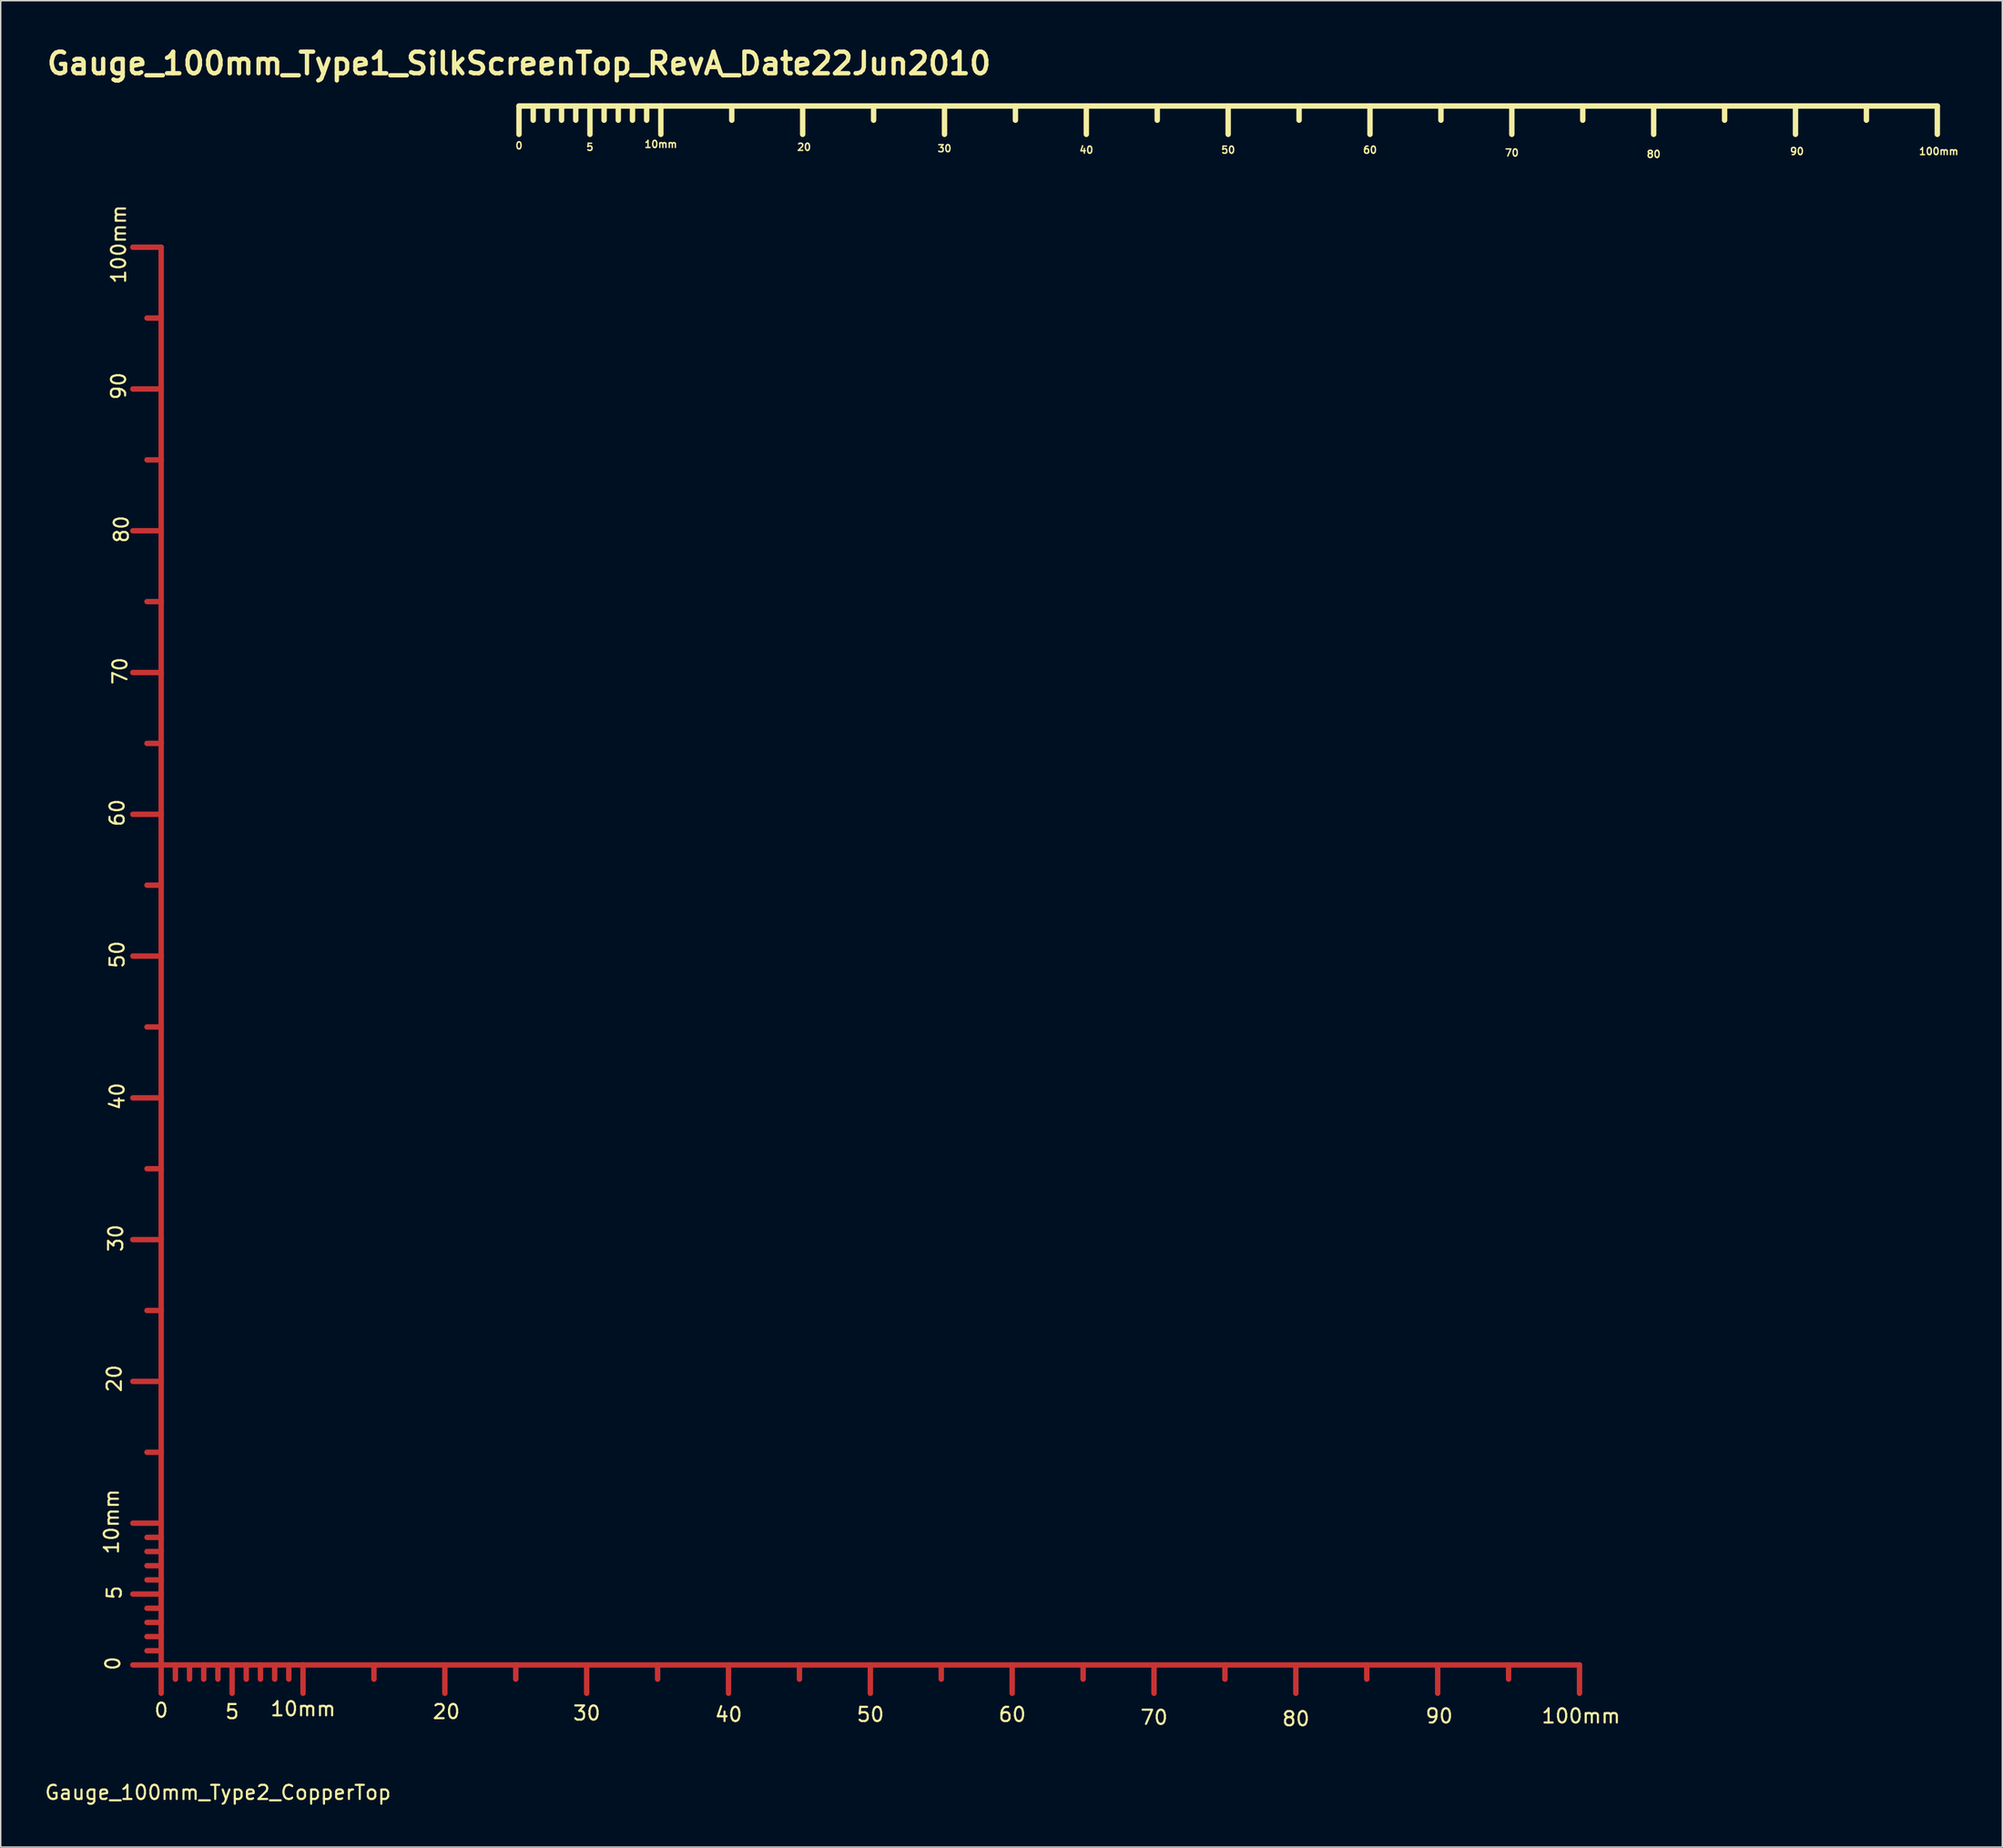
<source format=kicad_pcb>
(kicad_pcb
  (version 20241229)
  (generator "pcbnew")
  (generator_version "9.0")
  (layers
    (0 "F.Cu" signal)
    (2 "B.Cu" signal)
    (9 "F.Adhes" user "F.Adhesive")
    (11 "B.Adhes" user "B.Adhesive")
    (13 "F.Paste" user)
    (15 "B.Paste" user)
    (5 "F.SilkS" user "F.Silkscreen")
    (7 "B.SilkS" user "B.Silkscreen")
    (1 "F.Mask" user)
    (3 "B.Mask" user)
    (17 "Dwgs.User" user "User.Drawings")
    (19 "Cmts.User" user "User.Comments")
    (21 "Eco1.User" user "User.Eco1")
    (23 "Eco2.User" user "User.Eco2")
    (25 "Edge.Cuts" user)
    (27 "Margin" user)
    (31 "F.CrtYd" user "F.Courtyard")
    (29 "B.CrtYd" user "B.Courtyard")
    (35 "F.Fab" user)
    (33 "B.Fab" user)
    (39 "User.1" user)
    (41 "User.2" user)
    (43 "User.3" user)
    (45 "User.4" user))
  (footprint "Gauge_100mm_Type1_SilkScreenTop_RevA_Date22Jun2010"
    (layer "F.Cu")
    (at 33.543 4.426)
    (property "Reference" "Gauge_100mm_Type1_SilkScreenTop_RevA_Date22Jun2010" (at 0 -3 0) (layer "F.SilkS") (effects (font (size 1.524 1.524) (thickness 0.305))))
    (attr through_hole)
    (fp_line (start 0 0) (end 0 1.999) (stroke (width 0.381) (type solid)) (layer "F.SilkS"))
    (fp_line (start 0 0) (end 10 0) (stroke (width 0.381) (type solid)) (layer "F.SilkS"))
    (fp_line (start 1.001 0) (end 1.001 1.001) (stroke (width 0.381) (type solid)) (layer "F.SilkS"))
    (fp_line (start 1.999 0) (end 1.999 1.001) (stroke (width 0.381) (type solid)) (layer "F.SilkS"))
    (fp_line (start 3 0) (end 3 1.001) (stroke (width 0.381) (type solid)) (layer "F.SilkS"))
    (fp_line (start 4 0) (end 4 1.001) (stroke (width 0.381) (type solid)) (layer "F.SilkS"))
    (fp_line (start 5.001 0) (end 5.001 1.999) (stroke (width 0.381) (type solid)) (layer "F.SilkS"))
    (fp_line (start 5.999 0) (end 5.999 1.001) (stroke (width 0.381) (type solid)) (layer "F.SilkS"))
    (fp_line (start 7 0) (end 7 1.001) (stroke (width 0.381) (type solid)) (layer "F.SilkS"))
    (fp_line (start 8.001 0) (end 8.001 1.001) (stroke (width 0.381) (type solid)) (layer "F.SilkS"))
    (fp_line (start 8.999 0) (end 8.999 1.001) (stroke (width 0.381) (type solid)) (layer "F.SilkS"))
    (fp_line (start 10 0) (end 10 1.999) (stroke (width 0.381) (type solid)) (layer "F.SilkS"))
    (fp_line (start 10 0) (end 100 0) (stroke (width 0.381) (type solid)) (layer "F.SilkS"))
    (fp_line (start 15.001 0) (end 15.001 1.001) (stroke (width 0.381) (type solid)) (layer "F.SilkS"))
    (fp_line (start 20 0) (end 20 1.999) (stroke (width 0.381) (type solid)) (layer "F.SilkS"))
    (fp_line (start 25.001 0) (end 25.001 1.001) (stroke (width 0.381) (type solid)) (layer "F.SilkS"))
    (fp_line (start 30 0) (end 30 1.999) (stroke (width 0.381) (type solid)) (layer "F.SilkS"))
    (fp_line (start 35.001 0) (end 35.001 1.001) (stroke (width 0.381) (type solid)) (layer "F.SilkS"))
    (fp_line (start 40 0) (end 40 1.999) (stroke (width 0.381) (type solid)) (layer "F.SilkS"))
    (fp_line (start 45.001 0) (end 45.001 1.001) (stroke (width 0.381) (type solid)) (layer "F.SilkS"))
    (fp_line (start 50 0) (end 50 1.999) (stroke (width 0.381) (type solid)) (layer "F.SilkS"))
    (fp_line (start 55.001 0) (end 55.001 1.001) (stroke (width 0.381) (type solid)) (layer "F.SilkS"))
    (fp_line (start 60 0) (end 60 1.999) (stroke (width 0.381) (type solid)) (layer "F.SilkS"))
    (fp_line (start 65.001 0) (end 65.001 1.001) (stroke (width 0.381) (type solid)) (layer "F.SilkS"))
    (fp_line (start 70 0) (end 70 1.999) (stroke (width 0.381) (type solid)) (layer "F.SilkS"))
    (fp_line (start 75.001 0) (end 75.001 1.001) (stroke (width 0.381) (type solid)) (layer "F.SilkS"))
    (fp_line (start 80 0) (end 80 1.999) (stroke (width 0.381) (type solid)) (layer "F.SilkS"))
    (fp_line (start 85.001 0) (end 85.001 1.001) (stroke (width 0.381) (type solid)) (layer "F.SilkS"))
    (fp_line (start 90 0) (end 90 1.999) (stroke (width 0.381) (type solid)) (layer "F.SilkS"))
    (fp_line (start 95.001 0) (end 95.001 1.001) (stroke (width 0.381) (type solid)) (layer "F.SilkS"))
    (fp_line (start 100 0) (end 100 1.999) (stroke (width 0.381) (type solid)) (layer "F.SilkS"))
    (fp_text user "30" (at 30 3 0) (layer "F.SilkS") (effects (font (size 0.5 0.5) (thickness 0.099))))
    (fp_text user "60" (at 60 3.101 0) (layer "F.SilkS") (effects (font (size 0.5 0.5) (thickness 0.099))))
    (fp_text user "70" (at 70 3.302 0) (layer "F.SilkS") (effects (font (size 0.5 0.5) (thickness 0.099))))
    (fp_text user "5" (at 4.999 2.901 0) (layer "F.SilkS") (effects (font (size 0.5 0.5) (thickness 0.099))))
    (fp_text user "100mm" (at 100.101 3.203 0) (layer "F.SilkS") (effects (font (size 0.5 0.5) (thickness 0.099))))
    (fp_text user "40" (at 40 3.101 0) (layer "F.SilkS") (effects (font (size 0.5 0.5) (thickness 0.099))))
    (fp_text user "20" (at 20.099 2.901 0) (layer "F.SilkS") (effects (font (size 0.5 0.5) (thickness 0.099))))
    (fp_text user "50" (at 50 3.101 0) (layer "F.SilkS") (effects (font (size 0.5 0.5) (thickness 0.099))))
    (fp_text user "10mm" (at 10 2.7 0) (layer "F.SilkS") (effects (font (size 0.5 0.5) (thickness 0.099))))
    (fp_text user "0" (at 0 2.799 0) (layer "F.SilkS") (effects (font (size 0.5 0.5) (thickness 0.099))))
    (fp_text user "90" (at 90.101 3.203 0) (layer "F.SilkS") (effects (font (size 0.5 0.5) (thickness 0.099))))
    (fp_text user "80" (at 80 3.401 0) (layer "F.SilkS") (effects (font (size 0.5 0.5) (thickness 0.099)))))
  (footprint "Gauge_100mm_Type2_CopperTop"
    (layer "F.Cu")
    (at 8.315 114.386)
    (property "Reference" "Gauge_100mm_Type2_CopperTop" (at 4 8.999 0) (layer "F.SilkS") (effects (font (size 1 1) (thickness 0.15))))
    (attr through_hole)
    (fp_line (start 0 -100) (end -1.999 -100) (stroke (width 0.381) (type solid)) (layer "F.Cu"))
    (fp_line (start 0 -95.001) (end -1.001 -95.001) (stroke (width 0.381) (type solid)) (layer "F.Cu"))
    (fp_line (start 0 -90) (end -1.999 -90) (stroke (width 0.381) (type solid)) (layer "F.Cu"))
    (fp_line (start 0 -85.001) (end -1.001 -85.001) (stroke (width 0.381) (type solid)) (layer "F.Cu"))
    (fp_line (start 0 -80) (end -1.999 -80) (stroke (width 0.381) (type solid)) (layer "F.Cu"))
    (fp_line (start 0 -75.001) (end -1.001 -75.001) (stroke (width 0.381) (type solid)) (layer "F.Cu"))
    (fp_line (start 0 -70) (end -1.999 -70) (stroke (width 0.381) (type solid)) (layer "F.Cu"))
    (fp_line (start 0 -65.001) (end -1.001 -65.001) (stroke (width 0.381) (type solid)) (layer "F.Cu"))
    (fp_line (start 0 -60) (end -1.999 -60) (stroke (width 0.381) (type solid)) (layer "F.Cu"))
    (fp_line (start 0 -55.001) (end -1.001 -55.001) (stroke (width 0.381) (type solid)) (layer "F.Cu"))
    (fp_line (start 0 -50) (end -1.999 -50) (stroke (width 0.381) (type solid)) (layer "F.Cu"))
    (fp_line (start 0 -45.001) (end -1.001 -45.001) (stroke (width 0.381) (type solid)) (layer "F.Cu"))
    (fp_line (start 0 -40) (end -1.999 -40) (stroke (width 0.381) (type solid)) (layer "F.Cu"))
    (fp_line (start 0 -35.001) (end -1.001 -35.001) (stroke (width 0.381) (type solid)) (layer "F.Cu"))
    (fp_line (start 0 -30) (end -1.999 -30) (stroke (width 0.381) (type solid)) (layer "F.Cu"))
    (fp_line (start 0 -25.001) (end -1.001 -25.001) (stroke (width 0.381) (type solid)) (layer "F.Cu"))
    (fp_line (start 0 -20) (end -1.999 -20) (stroke (width 0.381) (type solid)) (layer "F.Cu"))
    (fp_line (start 0 -15.001) (end -1.001 -15.001) (stroke (width 0.381) (type solid)) (layer "F.Cu"))
    (fp_line (start 0 -10) (end -1.999 -10) (stroke (width 0.381) (type solid)) (layer "F.Cu"))
    (fp_line (start 0 -8.999) (end -1.001 -8.999) (stroke (width 0.381) (type solid)) (layer "F.Cu"))
    (fp_line (start 0 -8.001) (end -1.001 -8.001) (stroke (width 0.381) (type solid)) (layer "F.Cu"))
    (fp_line (start 0 -7) (end -1.001 -7) (stroke (width 0.381) (type solid)) (layer "F.Cu"))
    (fp_line (start 0 -5.999) (end -1.001 -5.999) (stroke (width 0.381) (type solid)) (layer "F.Cu"))
    (fp_line (start 0 -5.001) (end -1.999 -5.001) (stroke (width 0.381) (type solid)) (layer "F.Cu"))
    (fp_line (start 0 -4) (end -1.001 -4) (stroke (width 0.381) (type solid)) (layer "F.Cu"))
    (fp_line (start 0 -3) (end -1.001 -3) (stroke (width 0.381) (type solid)) (layer "F.Cu"))
    (fp_line (start 0 -1.999) (end -1.001 -1.999) (stroke (width 0.381) (type solid)) (layer "F.Cu"))
    (fp_line (start 0 -1.001) (end -1.001 -1.001) (stroke (width 0.381) (type solid)) (layer "F.Cu"))
    (fp_line (start 0 0) (end -1.999 0) (stroke (width 0.381) (type solid)) (layer "F.Cu"))
    (fp_line (start 0 0) (end 0 -100) (stroke (width 0.381) (type solid)) (layer "F.Cu"))
    (fp_line (start 0 0) (end 0 1.999) (stroke (width 0.381) (type solid)) (layer "F.Cu"))
    (fp_line (start 0 0) (end 10 0) (stroke (width 0.381) (type solid)) (layer "F.Cu"))
    (fp_line (start 1.001 0) (end 1.001 1.001) (stroke (width 0.381) (type solid)) (layer "F.Cu"))
    (fp_line (start 1.999 0) (end 1.999 1.001) (stroke (width 0.381) (type solid)) (layer "F.Cu"))
    (fp_line (start 3 0) (end 3 1.001) (stroke (width 0.381) (type solid)) (layer "F.Cu"))
    (fp_line (start 4 0) (end 4 1.001) (stroke (width 0.381) (type solid)) (layer "F.Cu"))
    (fp_line (start 5.001 0) (end 5.001 1.999) (stroke (width 0.381) (type solid)) (layer "F.Cu"))
    (fp_line (start 5.999 0) (end 5.999 1.001) (stroke (width 0.381) (type solid)) (layer "F.Cu"))
    (fp_line (start 7 0) (end 7 1.001) (stroke (width 0.381) (type solid)) (layer "F.Cu"))
    (fp_line (start 8.001 0) (end 8.001 1.001) (stroke (width 0.381) (type solid)) (layer "F.Cu"))
    (fp_line (start 8.999 0) (end 8.999 1.001) (stroke (width 0.381) (type solid)) (layer "F.Cu"))
    (fp_line (start 10 0) (end 10 1.999) (stroke (width 0.381) (type solid)) (layer "F.Cu"))
    (fp_line (start 10 0) (end 100 0) (stroke (width 0.381) (type solid)) (layer "F.Cu"))
    (fp_line (start 15.001 0) (end 15.001 1.001) (stroke (width 0.381) (type solid)) (layer "F.Cu"))
    (fp_line (start 20 0) (end 20 1.999) (stroke (width 0.381) (type solid)) (layer "F.Cu"))
    (fp_line (start 25.001 0) (end 25.001 1.001) (stroke (width 0.381) (type solid)) (layer "F.Cu"))
    (fp_line (start 30 0) (end 30 1.999) (stroke (width 0.381) (type solid)) (layer "F.Cu"))
    (fp_line (start 35.001 0) (end 35.001 1.001) (stroke (width 0.381) (type solid)) (layer "F.Cu"))
    (fp_line (start 40 0) (end 40 1.999) (stroke (width 0.381) (type solid)) (layer "F.Cu"))
    (fp_line (start 45.001 0) (end 45.001 1.001) (stroke (width 0.381) (type solid)) (layer "F.Cu"))
    (fp_line (start 50 0) (end 50 1.999) (stroke (width 0.381) (type solid)) (layer "F.Cu"))
    (fp_line (start 55.001 0) (end 55.001 1.001) (stroke (width 0.381) (type solid)) (layer "F.Cu"))
    (fp_line (start 60 0) (end 60 1.999) (stroke (width 0.381) (type solid)) (layer "F.Cu"))
    (fp_line (start 65.001 0) (end 65.001 1.001) (stroke (width 0.381) (type solid)) (layer "F.Cu"))
    (fp_line (start 70 0) (end 70 1.999) (stroke (width 0.381) (type solid)) (layer "F.Cu"))
    (fp_line (start 75.001 0) (end 75.001 1.001) (stroke (width 0.381) (type solid)) (layer "F.Cu"))
    (fp_line (start 80 0) (end 80 1.999) (stroke (width 0.381) (type solid)) (layer "F.Cu"))
    (fp_line (start 85.001 0) (end 85.001 1.001) (stroke (width 0.381) (type solid)) (layer "F.Cu"))
    (fp_line (start 90 0) (end 90 1.999) (stroke (width 0.381) (type solid)) (layer "F.Cu"))
    (fp_line (start 95.001 0) (end 95.001 1.001) (stroke (width 0.381) (type solid)) (layer "F.Cu"))
    (fp_line (start 100 0) (end 100 1.999) (stroke (width 0.381) (type solid)) (layer "F.Cu"))
    (fp_text user "80" (at -2.802 -80.104 90) (layer "F.SilkS") (effects (font (size 1 1) (thickness 0.15))))
    (fp_text user "10mm" (at 10.005 3.099 0) (layer "F.SilkS") (effects (font (size 1 1) (thickness 0.15))))
    (fp_text user "0" (at -3.404 -0.104 90) (layer "F.SilkS") (effects (font (size 1 1) (thickness 0.15))))
    (fp_text user "20" (at -3.302 -20.203 90) (layer "F.SilkS") (effects (font (size 1 1) (thickness 0.15))))
    (fp_text user "90" (at -3 -90.206 90) (layer "F.SilkS") (effects (font (size 1 1) (thickness 0.15))))
    (fp_text user "60" (at -3.101 -60.104 90) (layer "F.SilkS") (effects (font (size 1 1) (thickness 0.15))))
    (fp_text user "20" (at 20.104 3.299 0) (layer "F.SilkS") (effects (font (size 1 1) (thickness 0.15))))
    (fp_text user "50" (at -3.101 -50.104 90) (layer "F.SilkS") (effects (font (size 1 1) (thickness 0.15))))
    (fp_text user "70" (at -2.901 -70.104 90) (layer "F.SilkS") (effects (font (size 1 1) (thickness 0.15))))
    (fp_text user "5" (at 5.004 3.299 0) (layer "F.SilkS") (effects (font (size 1 1) (thickness 0.15))))
    (fp_text user "40" (at -3.101 -40.104 90) (layer "F.SilkS") (effects (font (size 1 1) (thickness 0.15))))
    (fp_text user "30" (at -3.203 -30.104 90) (layer "F.SilkS") (effects (font (size 1 1) (thickness 0.15))))
    (fp_text user "5" (at -3.302 -5.103 90) (layer "F.SilkS") (effects (font (size 1 1) (thickness 0.15))))
    (fp_text user "100mm" (at 100.106 3.602 0) (layer "F.SilkS") (effects (font (size 1 1) (thickness 0.15))))
    (fp_text user "50" (at 50.005 3.5 0) (layer "F.SilkS") (effects (font (size 1 1) (thickness 0.15))))
    (fp_text user "0" (at 0.005 3.198 0) (layer "F.SilkS") (effects (font (size 1 1) (thickness 0.15))))
    (fp_text user "40" (at 40.005 3.5 0) (layer "F.SilkS") (effects (font (size 1 1) (thickness 0.15))))
    (fp_text user "80" (at 80.005 3.8 0) (layer "F.SilkS") (effects (font (size 1 1) (thickness 0.15))))
    (fp_text user "60" (at 60.005 3.5 0) (layer "F.SilkS") (effects (font (size 1 1) (thickness 0.15))))
    (fp_text user "90" (at 90.106 3.602 0) (layer "F.SilkS") (effects (font (size 1 1) (thickness 0.15))))
    (fp_text user "30" (at 30.005 3.399 0) (layer "F.SilkS") (effects (font (size 1 1) (thickness 0.15))))
    (fp_text user "10mm" (at -3.503 -10.104 90) (layer "F.SilkS") (effects (font (size 1 1) (thickness 0.15))))
    (fp_text user "100mm" (at -3 -100.206 90) (layer "F.SilkS") (effects (font (size 1 1) (thickness 0.15))))
    (fp_text user "70" (at 70.005 3.701 0) (layer "F.SilkS") (effects (font (size 1 1) (thickness 0.15)))))
  (gr_rect
    (start -3 -3)
    (end 138.124 127.234)
    (stroke (width 0.1) (type default))
    (fill no)
    (layer "Edge.Cuts")))
</source>
